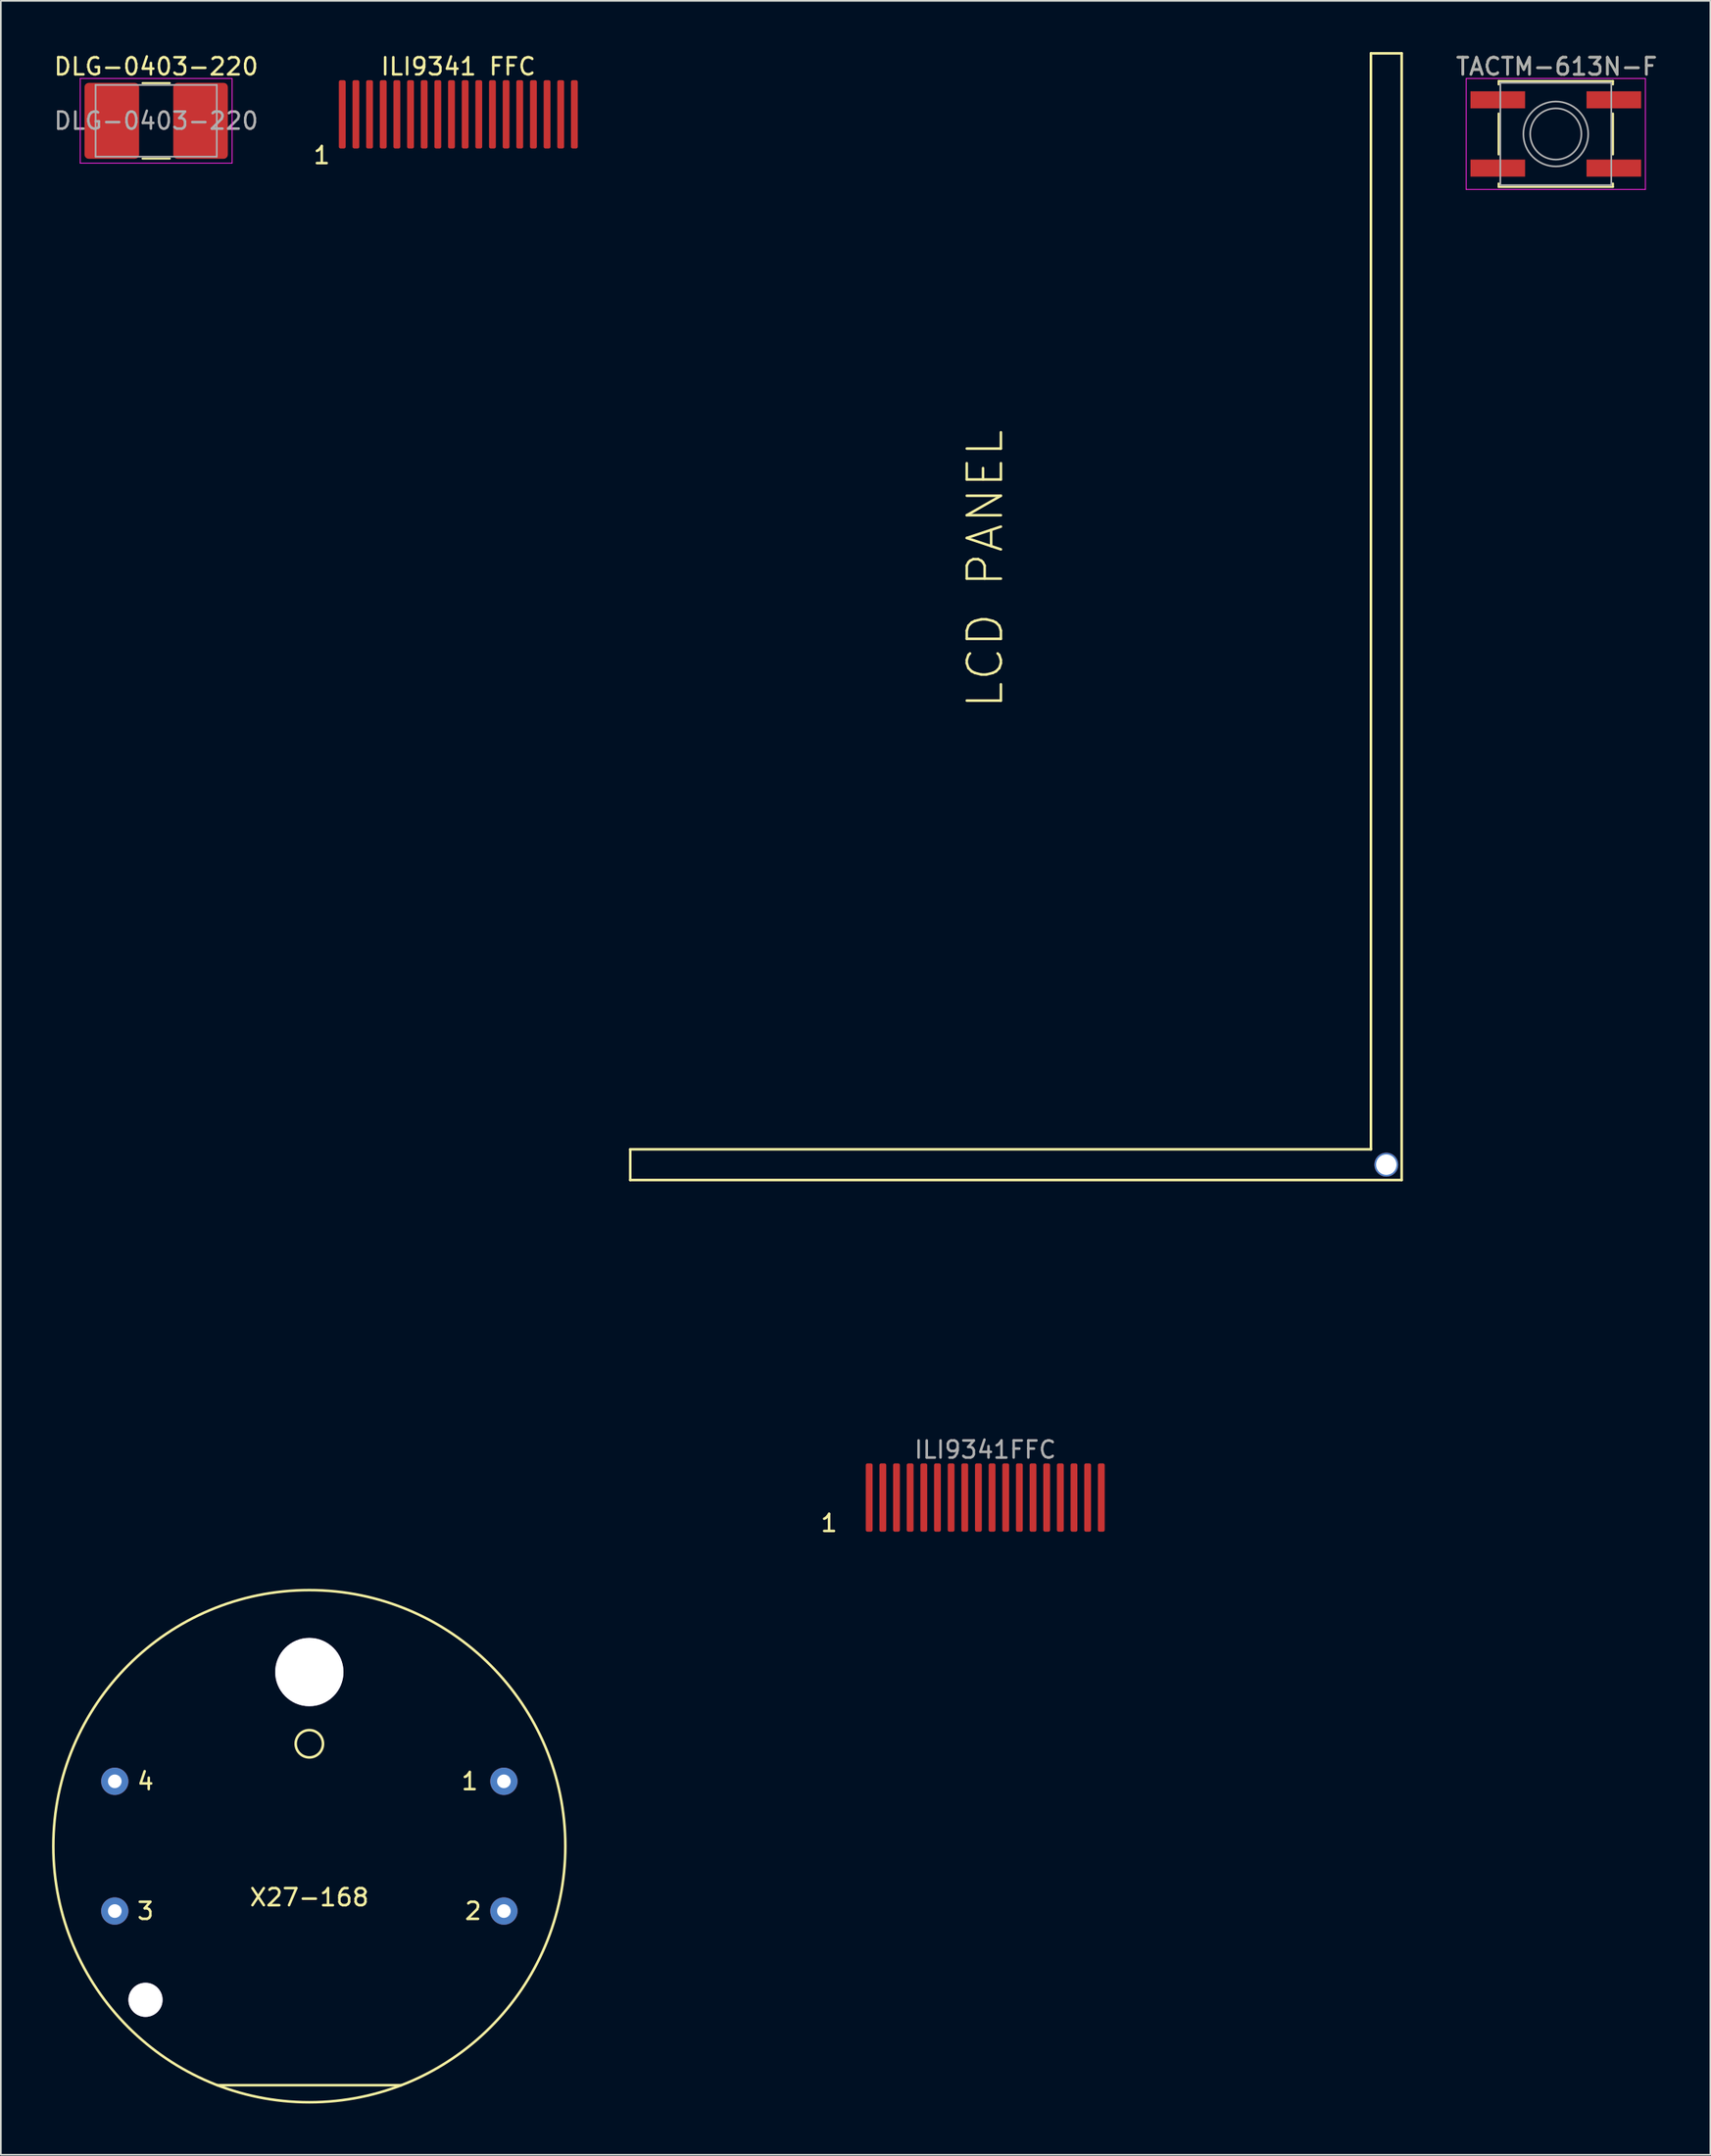
<source format=kicad_pcb>
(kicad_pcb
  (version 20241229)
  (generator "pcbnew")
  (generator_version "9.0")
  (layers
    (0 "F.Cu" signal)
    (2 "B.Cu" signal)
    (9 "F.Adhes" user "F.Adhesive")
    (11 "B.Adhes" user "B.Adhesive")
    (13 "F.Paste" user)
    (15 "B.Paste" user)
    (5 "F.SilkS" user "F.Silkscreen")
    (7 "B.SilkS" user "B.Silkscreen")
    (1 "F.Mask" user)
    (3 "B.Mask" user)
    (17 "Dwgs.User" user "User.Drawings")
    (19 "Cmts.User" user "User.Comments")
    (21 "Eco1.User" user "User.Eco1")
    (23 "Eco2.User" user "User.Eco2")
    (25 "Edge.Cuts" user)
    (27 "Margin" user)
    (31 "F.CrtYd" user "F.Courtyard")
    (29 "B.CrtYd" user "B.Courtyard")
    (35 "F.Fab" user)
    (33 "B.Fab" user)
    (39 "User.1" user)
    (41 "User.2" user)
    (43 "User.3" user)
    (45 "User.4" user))
  (footprint "ILI9341FFC"
    (layer "F.Cu")
    (at 54.679 84.675)
    (property "Reference" "ILI9341FFC" (at 0 -2.8 0) (layer "F.Fab") (effects (font (size 1 1) (thickness 0.15))))
    (attr through_hole)
    (fp_line (start -20.8 -20.4) (end 22.6 -20.4) (stroke (width 0.15) (type solid)) (layer "F.SilkS"))
    (fp_line (start -20.8 -18.6) (end -20.8 -20.4) (stroke (width 0.15) (type solid)) (layer "F.SilkS"))
    (fp_line (start 22.6 -84.6) (end 24.4 -84.6) (stroke (width 0.15) (type solid)) (layer "F.SilkS"))
    (fp_line (start 22.6 -20.4) (end 22.6 -84.6) (stroke (width 0.15) (type solid)) (layer "F.SilkS"))
    (fp_line (start 24.4 -18.6) (end -20.8 -18.6) (stroke (width 0.15) (type solid)) (layer "F.SilkS"))
    (fp_line (start 24.4 -18.6) (end 24.4 -84.6) (stroke (width 0.15) (type solid)) (layer "F.SilkS"))
    (fp_text user "1" (at -9.15 1.5 0) (layer "F.SilkS") (effects (font (size 1 1) (thickness 0.15))))
    (fp_text user "LCD PANEL" (at 0 -54.4 90) (layer "F.SilkS") (effects (font (size 2 2) (thickness 0.15))))
    (pad "1" smd roundrect (at -6.8 0) (size 0.4 4) (layers "F.Cu" "F.Mask" "F.Paste") (roundrect_rratio 0.25))
    (pad "2" smd roundrect (at -6 0) (size 0.4 4) (layers "F.Cu" "F.Mask" "F.Paste") (roundrect_rratio 0.25))
    (pad "3" smd roundrect (at -5.2 0) (size 0.4 4) (layers "F.Cu" "F.Mask" "F.Paste") (roundrect_rratio 0.25))
    (pad "4" smd roundrect (at -4.4 0) (size 0.4 4) (layers "F.Cu" "F.Mask" "F.Paste") (roundrect_rratio 0.25))
    (pad "5" smd roundrect (at -3.6 0) (size 0.4 4) (layers "F.Cu" "F.Mask" "F.Paste") (roundrect_rratio 0.25))
    (pad "6" smd roundrect (at -2.8 0) (size 0.4 4) (layers "F.Cu" "F.Mask" "F.Paste") (roundrect_rratio 0.25))
    (pad "7" smd roundrect (at -2 0) (size 0.4 4) (layers "F.Cu" "F.Mask" "F.Paste") (roundrect_rratio 0.25))
    (pad "8" smd roundrect (at -1.2 0) (size 0.4 4) (layers "F.Cu" "F.Mask" "F.Paste") (roundrect_rratio 0.25))
    (pad "9" smd roundrect (at -0.4 0) (size 0.4 4) (layers "F.Cu" "F.Mask" "F.Paste") (roundrect_rratio 0.25))
    (pad "10" smd roundrect (at 0.4 0) (size 0.4 4) (layers "F.Cu" "F.Mask" "F.Paste") (roundrect_rratio 0.25))
    (pad "11" smd roundrect (at 1.2 0) (size 0.4 4) (layers "F.Cu" "F.Mask" "F.Paste") (roundrect_rratio 0.25))
    (pad "12" smd roundrect (at 2 0) (size 0.4 4) (layers "F.Cu" "F.Mask" "F.Paste") (roundrect_rratio 0.25))
    (pad "13" smd roundrect (at 2.8 0) (size 0.4 4) (layers "F.Cu" "F.Mask" "F.Paste") (roundrect_rratio 0.25))
    (pad "14" smd roundrect (at 3.6 0) (size 0.4 4) (layers "F.Cu" "F.Mask" "F.Paste") (roundrect_rratio 0.25))
    (pad "15" smd roundrect (at 4.4 0) (size 0.4 4) (layers "F.Cu" "F.Mask" "F.Paste") (roundrect_rratio 0.25))
    (pad "16" smd roundrect (at 5.2 0) (size 0.4 4) (layers "F.Cu" "F.Mask" "F.Paste") (roundrect_rratio 0.25))
    (pad "17" smd roundrect (at 6 0) (size 0.4 4) (layers "F.Cu" "F.Mask" "F.Paste") (roundrect_rratio 0.25))
    (pad "18" smd roundrect (at 6.8 0) (size 0.4 4) (layers "F.Cu" "F.Mask" "F.Paste") (roundrect_rratio 0.25))
    (pad "MH" thru_hole circle (at 23.5 -19.5) (size 1.4 1.4) (drill 1.2) (layers "*.Cu" "*.Mask")))
  (footprint "TACTM-613N-F"
    (layer "F.Cu")
    (at 88.11 4.798)
    (property "Reference" "TACTM-613N-F" (at 0.05 -3.95 0) (layer "F.SilkS") (effects (font (size 1 1) (thickness 0.15))))
    (attr smd)
    (fp_line (start -3.35 -3.1) (end -3.35 -2.9) (stroke (width 0.12) (type solid)) (layer "F.SilkS"))
    (fp_line (start -3.35 -1.2) (end -3.35 1.2) (stroke (width 0.12) (type solid)) (layer "F.SilkS"))
    (fp_line (start -3.35 3.1) (end -3.35 2.9) (stroke (width 0.12) (type solid)) (layer "F.SilkS"))
    (fp_line (start -3.35 3.1) (end 3.35 3.1) (stroke (width 0.12) (type solid)) (layer "F.SilkS"))
    (fp_line (start 3.35 -3.1) (end -3.35 -3.1) (stroke (width 0.12) (type solid)) (layer "F.SilkS"))
    (fp_line (start 3.35 -3.1) (end 3.35 -2.9) (stroke (width 0.12) (type solid)) (layer "F.SilkS"))
    (fp_line (start 3.35 -1.2) (end 3.35 1.2) (stroke (width 0.12) (type solid)) (layer "F.SilkS"))
    (fp_line (start 3.35 3.1) (end 3.35 2.9) (stroke (width 0.12) (type solid)) (layer "F.SilkS"))
    (fp_line (start -5.25 -3.25) (end 5.25 -3.25) (stroke (width 0.05) (type solid)) (layer "F.CrtYd"))
    (fp_line (start -5.25 3.25) (end -5.25 -3.25) (stroke (width 0.05) (type solid)) (layer "F.CrtYd"))
    (fp_line (start 5.25 -3.25) (end 5.25 3.25) (stroke (width 0.05) (type solid)) (layer "F.CrtYd"))
    (fp_line (start 5.25 3.25) (end -5.25 3.25) (stroke (width 0.05) (type solid)) (layer "F.CrtYd"))
    (fp_line (start -3.25 -3) (end 3.25 -3) (stroke (width 0.1) (type solid)) (layer "F.Fab"))
    (fp_line (start -3.25 3) (end -3.25 -3) (stroke (width 0.1) (type solid)) (layer "F.Fab"))
    (fp_line (start 3.25 -3) (end 3.25 3) (stroke (width 0.1) (type solid)) (layer "F.Fab"))
    (fp_line (start 3.25 3) (end -3.25 3) (stroke (width 0.1) (type solid)) (layer "F.Fab"))
    (fp_circle (center 0 0) (end 1.5 0) (stroke (width 0.1) (type solid)) (fill no) (layer "F.Fab"))
    (fp_circle (center 0 0) (end 1.9 0) (stroke (width 0.1) (type solid)) (fill no) (layer "F.Fab"))
    (fp_text user "${REFERENCE}" (at 0.05 -3.95 0) (layer "F.Fab") (effects (font (size 1 1) (thickness 0.15))))
    (pad "1" smd rect (at -3.4 -2) (size 3.2 1) (layers "F.Cu" "F.Mask" "F.Paste"))
    (pad "1" smd rect (at 3.4 -2) (size 3.2 1) (layers "F.Cu" "F.Mask" "F.Paste"))
    (pad "2" smd rect (at -3.4 2) (size 3.2 1) (layers "F.Cu" "F.Mask" "F.Paste"))
    (pad "2" smd rect (at 3.4 2) (size 3.2 1) (layers "F.Cu" "F.Mask" "F.Paste")))
  (footprint "ILI9341 FFC"
    (layer "F.Cu")
    (at 23.804 3.648)
    (property "Reference" "ILI9341 FFC" (at 0 -2.8 0) (layer "F.SilkS") (effects (font (size 1 1) (thickness 0.15))))
    (attr through_hole)
    (fp_text user "1" (at -8 2.4 0) (layer "F.SilkS") (effects (font (size 1 1) (thickness 0.15))))
    (pad "1" smd roundrect (at -6.8 0) (size 0.4 4) (layers "F.Cu" "F.Mask" "F.Paste") (roundrect_rratio 0.25))
    (pad "2" smd roundrect (at -6 0) (size 0.4 4) (layers "F.Cu" "F.Mask" "F.Paste") (roundrect_rratio 0.25))
    (pad "3" smd roundrect (at -5.2 0) (size 0.4 4) (layers "F.Cu" "F.Mask" "F.Paste") (roundrect_rratio 0.25))
    (pad "4" smd roundrect (at -4.4 0) (size 0.4 4) (layers "F.Cu" "F.Mask" "F.Paste") (roundrect_rratio 0.25))
    (pad "5" smd roundrect (at -3.6 0) (size 0.4 4) (layers "F.Cu" "F.Mask" "F.Paste") (roundrect_rratio 0.25))
    (pad "6" smd roundrect (at -2.8 0) (size 0.4 4) (layers "F.Cu" "F.Mask" "F.Paste") (roundrect_rratio 0.25))
    (pad "7" smd roundrect (at -2 0) (size 0.4 4) (layers "F.Cu" "F.Mask" "F.Paste") (roundrect_rratio 0.25))
    (pad "8" smd roundrect (at -1.2 0) (size 0.4 4) (layers "F.Cu" "F.Mask" "F.Paste") (roundrect_rratio 0.25))
    (pad "9" smd roundrect (at -0.4 0) (size 0.4 4) (layers "F.Cu" "F.Mask" "F.Paste") (roundrect_rratio 0.25))
    (pad "10" smd roundrect (at 0.4 0) (size 0.4 4) (layers "F.Cu" "F.Mask" "F.Paste") (roundrect_rratio 0.25))
    (pad "11" smd roundrect (at 1.2 0) (size 0.4 4) (layers "F.Cu" "F.Mask" "F.Paste") (roundrect_rratio 0.25))
    (pad "12" smd roundrect (at 2 0) (size 0.4 4) (layers "F.Cu" "F.Mask" "F.Paste") (roundrect_rratio 0.25))
    (pad "13" smd roundrect (at 2.8 0) (size 0.4 4) (layers "F.Cu" "F.Mask" "F.Paste") (roundrect_rratio 0.25))
    (pad "14" smd roundrect (at 3.6 0) (size 0.4 4) (layers "F.Cu" "F.Mask" "F.Paste") (roundrect_rratio 0.25))
    (pad "15" smd roundrect (at 4.4 0) (size 0.4 4) (layers "F.Cu" "F.Mask" "F.Paste") (roundrect_rratio 0.25))
    (pad "16" smd roundrect (at 5.2 0) (size 0.4 4) (layers "F.Cu" "F.Mask" "F.Paste") (roundrect_rratio 0.25))
    (pad "17" smd roundrect (at 6 0) (size 0.4 4) (layers "F.Cu" "F.Mask" "F.Paste") (roundrect_rratio 0.25))
    (pad "18" smd roundrect (at 6.8 0) (size 0.4 4) (layers "F.Cu" "F.Mask" "F.Paste") (roundrect_rratio 0.25)))
  (footprint "X27-168"
    (layer "F.Cu")
    (at 15.075 105.098)
    (property "Reference" "X27-168" (at 0 3 0) (layer "F.SilkS") (effects (font (size 1 1) (thickness 0.15))))
    (attr through_hole)
    (fp_line (start -5.4 14) (end 5.4 14) (stroke (width 0.15) (type solid)) (layer "F.SilkS"))
    (fp_circle (center 0 -6) (end 0.8 -6) (stroke (width 0.15) (type solid)) (fill no) (layer "F.SilkS"))
    (fp_circle (center 0 0) (end 15 0) (stroke (width 0.15) (type solid)) (fill no) (layer "F.SilkS"))
    (fp_text user "2" (at 9.6 3.8 0) (layer "F.SilkS") (effects (font (size 1 1) (thickness 0.15))))
    (fp_text user "1" (at 9.4 -3.8 0) (layer "F.SilkS") (effects (font (size 1 1) (thickness 0.15))))
    (fp_text user "4" (at -9.6 -3.8 0) (layer "F.SilkS") (effects (font (size 1 1) (thickness 0.15))))
    (fp_text user "3" (at -9.6 3.8 0) (layer "F.SilkS") (effects (font (size 1 1) (thickness 0.15))))
    (pad "" thru_hole circle (at -9.6 9) (size 2 2) (drill 2) (layers "*.Cu" "*.Mask"))
    (pad "" thru_hole circle (at 0 -10.2) (size 4 4) (drill 4) (layers "*.Cu" "*.Mask"))
    (pad "1" thru_hole circle (at 11.4 -3.8) (size 1.6 1.6) (drill 0.8) (layers "*.Cu" "*.Mask"))
    (pad "2" thru_hole circle (at 11.4 3.8) (size 1.6 1.6) (drill 0.8) (layers "*.Cu" "*.Mask"))
    (pad "3" thru_hole circle (at -11.4 3.8) (size 1.6 1.6) (drill 0.8) (layers "*.Cu" "*.Mask"))
    (pad "4" thru_hole circle (at -11.4 -3.8) (size 1.6 1.6) (drill 0.8) (layers "*.Cu" "*.Mask")))
  (footprint "DLG-0403-220"
    (layer "F.Cu")
    (at 6.101 4.028)
    (property "Reference" "DLG-0403-220" (at 0 -3.18 0) (layer "F.SilkS") (effects (font (size 1 1) (thickness 0.15))))
    (attr smd)
    (fp_line (start -0.797 -2.21) (end 0.797 -2.21) (stroke (width 0.12) (type solid)) (layer "F.SilkS"))
    (fp_line (start -0.797 2.21) (end 0.797 2.21) (stroke (width 0.12) (type solid)) (layer "F.SilkS"))
    (fp_line (start -4.45 -2.48) (end 4.45 -2.48) (stroke (width 0.05) (type solid)) (layer "F.CrtYd"))
    (fp_line (start -4.45 2.48) (end -4.45 -2.48) (stroke (width 0.05) (type solid)) (layer "F.CrtYd"))
    (fp_line (start 4.45 -2.48) (end 4.45 2.48) (stroke (width 0.05) (type solid)) (layer "F.CrtYd"))
    (fp_line (start 4.45 2.48) (end -4.45 2.48) (stroke (width 0.05) (type solid)) (layer "F.CrtYd"))
    (fp_line (start -3.55 -2.1) (end 3.55 -2.1) (stroke (width 0.1) (type solid)) (layer "F.Fab"))
    (fp_line (start -3.55 2.1) (end -3.55 -2.1) (stroke (width 0.1) (type solid)) (layer "F.Fab"))
    (fp_line (start 3.55 -2.1) (end 3.55 2.1) (stroke (width 0.1) (type solid)) (layer "F.Fab"))
    (fp_line (start 3.55 2.1) (end -3.55 2.1) (stroke (width 0.1) (type solid)) (layer "F.Fab"))
    (fp_text user "${REFERENCE}" (at 0 0 0) (layer "F.Fab") (effects (font (size 1 1) (thickness 0.15))))
    (pad "1" smd roundrect (at -2.6 0) (size 3.2 4.45) (layers "F.Cu" "F.Mask" "F.Paste") (roundrect_rratio 0.078))
    (pad "2" smd roundrect (at 2.6 0) (size 3.2 4.45) (layers "F.Cu" "F.Mask" "F.Paste") (roundrect_rratio 0.078)))
  (gr_rect
    (start -3 -3)
    (end 97.165 123.173)
    (stroke (width 0.1) (type default))
    (fill no)
    (layer "Edge.Cuts")))
</source>
